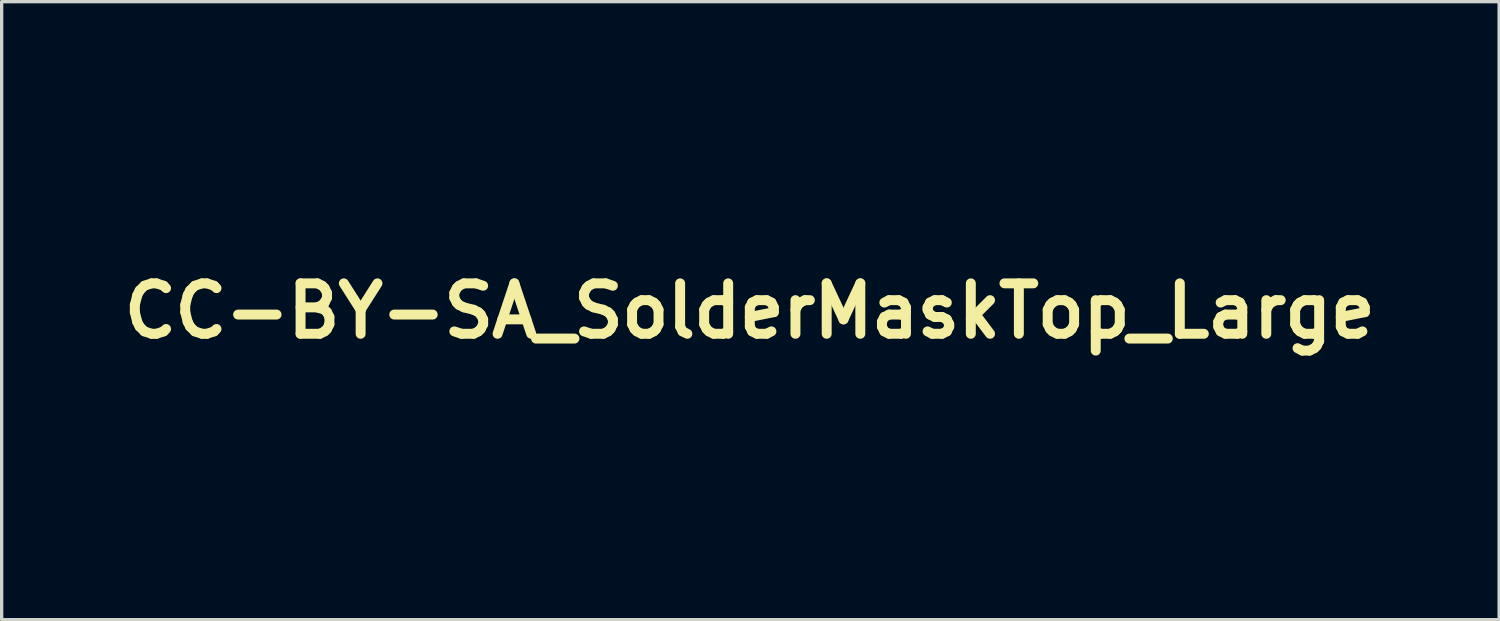
<source format=kicad_pcb>
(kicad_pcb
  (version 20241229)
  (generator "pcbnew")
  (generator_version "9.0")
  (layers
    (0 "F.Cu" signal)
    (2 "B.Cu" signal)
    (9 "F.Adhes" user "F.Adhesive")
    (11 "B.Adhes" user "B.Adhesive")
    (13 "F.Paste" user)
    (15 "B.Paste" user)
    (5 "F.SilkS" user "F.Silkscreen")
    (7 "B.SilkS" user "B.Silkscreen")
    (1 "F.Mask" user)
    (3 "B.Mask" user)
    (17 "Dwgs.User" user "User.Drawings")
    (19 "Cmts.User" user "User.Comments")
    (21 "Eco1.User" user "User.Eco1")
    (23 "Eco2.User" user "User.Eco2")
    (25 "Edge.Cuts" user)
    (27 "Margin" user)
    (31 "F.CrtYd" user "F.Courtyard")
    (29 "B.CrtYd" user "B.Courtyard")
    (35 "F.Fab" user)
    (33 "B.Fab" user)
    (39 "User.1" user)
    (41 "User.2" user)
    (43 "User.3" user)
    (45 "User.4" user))
  (footprint "CC-BY-SA_SolderMaskTop_Large"
    (layer "F.Cu")
    (at 19.601 6.344)
    (property "Reference" "CC-BY-SA_SolderMaskTop_Large" (at 0 0 0) (layer "F.SilkS") (effects (font (size 1.524 1.524) (thickness 0.3))))
    (attr through_hole)
    (fp_poly (pts (xy 1.453 -1.969) (xy 1.528 -1.92) (xy 1.596 -1.853) (xy 1.649 -1.776) (xy 1.652 -1.772) (xy 1.681 -1.718) (xy 1.684 -0.375) (xy 1.687 0.967) (xy 0.967 0.967) (xy 0.967 4.031) (xy -0.98 4.031) (xy -0.98 0.967) (xy -1.7 0.967) (xy -1.696 -0.375) (xy -1.693 -1.718) (xy -1.665 -1.775) (xy -1.617 -1.848) (xy -1.551 -1.913) (xy -1.477 -1.964) (xy -1.463 -1.971) (xy -1.395 -2.003) (xy 1.383 -2.003) (xy 1.453 -1.969)) (stroke (width 0.01) (type solid)) (fill yes) (layer "F.Mask"))
    (fp_poly (pts (xy 0.072 -4.11) (xy 0.205 -4.096) (xy 0.331 -4.069) (xy 0.445 -4.028) (xy 0.528 -3.983) (xy 0.607 -3.923) (xy 0.679 -3.85) (xy 0.738 -3.773) (xy 0.747 -3.758) (xy 0.792 -3.664) (xy 0.826 -3.552) (xy 0.851 -3.429) (xy 0.864 -3.3) (xy 0.864 -3.171) (xy 0.863 -3.156) (xy 0.844 -2.997) (xy 0.809 -2.856) (xy 0.757 -2.733) (xy 0.688 -2.628) (xy 0.602 -2.541) (xy 0.498 -2.47) (xy 0.376 -2.417) (xy 0.236 -2.381) (xy 0.17 -2.37) (xy 0.051 -2.36) (xy -0.074 -2.36) (xy -0.191 -2.37) (xy -0.192 -2.37) (xy -0.339 -2.4) (xy -0.467 -2.448) (xy -0.578 -2.513) (xy -0.672 -2.596) (xy -0.748 -2.696) (xy -0.807 -2.814) (xy -0.848 -2.95) (xy -0.867 -3.055) (xy -0.878 -3.187) (xy -0.875 -3.322) (xy -0.86 -3.454) (xy -0.833 -3.577) (xy -0.795 -3.688) (xy -0.754 -3.769) (xy -0.705 -3.835) (xy -0.641 -3.902) (xy -0.572 -3.961) (xy -0.54 -3.983) (xy -0.441 -4.035) (xy -0.325 -4.074) (xy -0.198 -4.099) (xy -0.064 -4.111) (xy 0.072 -4.11)) (stroke (width 0.01) (type solid)) (fill yes) (layer "F.Mask"))
    (fp_poly (pts (xy -14.893 -1.987) (xy -14.784 -1.981) (xy -14.687 -1.972) (xy -14.622 -1.962) (xy -14.417 -1.915) (xy -14.228 -1.851) (xy -14.054 -1.769) (xy -13.925 -1.692) (xy -13.795 -1.594) (xy -13.669 -1.477) (xy -13.553 -1.349) (xy -13.454 -1.215) (xy -13.415 -1.151) (xy -13.381 -1.093) (xy -13.583 -0.988) (xy -13.666 -0.945) (xy -13.762 -0.895) (xy -13.861 -0.843) (xy -13.954 -0.795) (xy -13.997 -0.772) (xy -14.209 -0.662) (xy -14.258 -0.749) (xy -14.31 -0.828) (xy -14.376 -0.907) (xy -14.451 -0.979) (xy -14.528 -1.038) (xy -14.579 -1.069) (xy -14.656 -1.106) (xy -14.72 -1.132) (xy -14.78 -1.148) (xy -14.844 -1.156) (xy -14.919 -1.158) (xy -14.945 -1.158) (xy -15.092 -1.146) (xy -15.224 -1.114) (xy -15.342 -1.062) (xy -15.446 -0.99) (xy -15.536 -0.898) (xy -15.61 -0.786) (xy -15.67 -0.654) (xy -15.715 -0.503) (xy -15.745 -0.332) (xy -15.75 -0.287) (xy -15.763 -0.083) (xy -15.757 0.109) (xy -15.735 0.29) (xy -15.695 0.456) (xy -15.639 0.608) (xy -15.567 0.742) (xy -15.501 0.833) (xy -15.44 0.893) (xy -15.361 0.951) (xy -15.273 1.001) (xy -15.187 1.037) (xy -15.143 1.052) (xy -15.104 1.061) (xy -15.064 1.067) (xy -15.016 1.07) (xy -14.952 1.071) (xy -14.92 1.072) (xy -14.817 1.069) (xy -14.731 1.061) (xy -14.656 1.045) (xy -14.586 1.021) (xy -14.524 0.993) (xy -14.414 0.923) (xy -14.315 0.833) (xy -14.23 0.724) (xy -14.173 0.626) (xy -14.154 0.588) (xy -14.139 0.56) (xy -14.132 0.548) (xy -14.121 0.552) (xy -14.09 0.566) (xy -14.044 0.588) (xy -13.985 0.617) (xy -13.917 0.651) (xy -13.842 0.688) (xy -13.764 0.728) (xy -13.686 0.767) (xy -13.61 0.805) (xy -13.541 0.841) (xy -13.482 0.872) (xy -13.434 0.896) (xy -13.402 0.914) (xy -13.39 0.921) (xy -13.382 0.929) (xy -13.381 0.941) (xy -13.387 0.959) (xy -13.404 0.988) (xy -13.432 1.032) (xy -13.455 1.067) (xy -13.553 1.205) (xy -13.653 1.325) (xy -13.76 1.431) (xy -13.88 1.53) (xy -13.961 1.588) (xy -14.092 1.669) (xy -14.239 1.742) (xy -14.395 1.804) (xy -14.55 1.853) (xy -14.666 1.879) (xy -14.729 1.888) (xy -14.811 1.895) (xy -14.904 1.901) (xy -15.002 1.904) (xy -15.098 1.905) (xy -15.185 1.904) (xy -15.256 1.9) (xy -15.275 1.898) (xy -15.492 1.862) (xy -15.696 1.806) (xy -15.888 1.729) (xy -16.065 1.634) (xy -16.227 1.52) (xy -16.374 1.388) (xy -16.503 1.24) (xy -16.615 1.075) (xy -16.708 0.895) (xy -16.772 0.731) (xy -16.828 0.53) (xy -16.865 0.316) (xy -16.885 0.095) (xy -16.886 -0.129) (xy -16.869 -0.351) (xy -16.834 -0.566) (xy -16.781 -0.769) (xy -16.773 -0.794) (xy -16.701 -0.977) (xy -16.613 -1.144) (xy -16.506 -1.301) (xy -16.378 -1.448) (xy -16.226 -1.59) (xy -16.062 -1.711) (xy -15.884 -1.811) (xy -15.693 -1.891) (xy -15.488 -1.95) (xy -15.398 -1.969) (xy -15.322 -1.979) (xy -15.227 -1.986) (xy -15.121 -1.99) (xy -15.007 -1.99) (xy -14.893 -1.987)) (stroke (width 0.01) (type solid)) (fill yes) (layer "F.Mask"))
    (fp_poly (pts (xy -11.197 -1.986) (xy -11.081 -1.977) (xy -10.979 -1.963) (xy -10.975 -1.962) (xy -10.764 -1.913) (xy -10.569 -1.846) (xy -10.39 -1.761) (xy -10.227 -1.656) (xy -10.078 -1.532) (xy -9.943 -1.388) (xy -9.826 -1.23) (xy -9.797 -1.185) (xy -9.773 -1.145) (xy -9.759 -1.117) (xy -9.756 -1.108) (xy -9.763 -1.098) (xy -9.787 -1.08) (xy -9.829 -1.055) (xy -9.888 -1.02) (xy -9.968 -0.976) (xy -10.067 -0.922) (xy -10.158 -0.874) (xy -10.561 -0.661) (xy -10.592 -0.718) (xy -10.671 -0.842) (xy -10.761 -0.945) (xy -10.866 -1.029) (xy -10.987 -1.096) (xy -11.088 -1.136) (xy -11.129 -1.148) (xy -11.175 -1.155) (xy -11.234 -1.158) (xy -11.299 -1.158) (xy -11.439 -1.149) (xy -11.563 -1.124) (xy -11.672 -1.081) (xy -11.77 -1.02) (xy -11.844 -0.955) (xy -11.923 -0.865) (xy -11.987 -0.763) (xy -12.038 -0.648) (xy -12.076 -0.519) (xy -12.102 -0.372) (xy -12.117 -0.207) (xy -12.12 -0.056) (xy -12.114 0.131) (xy -12.095 0.297) (xy -12.063 0.447) (xy -12.017 0.58) (xy -11.955 0.699) (xy -11.879 0.807) (xy -11.835 0.857) (xy -11.743 0.938) (xy -11.637 1) (xy -11.52 1.044) (xy -11.397 1.071) (xy -11.27 1.079) (xy -11.142 1.069) (xy -11.017 1.041) (xy -10.899 0.995) (xy -10.79 0.931) (xy -10.702 0.857) (xy -10.666 0.817) (xy -10.628 0.769) (xy -10.589 0.716) (xy -10.555 0.663) (xy -10.527 0.616) (xy -10.509 0.58) (xy -10.505 0.561) (xy -10.497 0.547) (xy -10.492 0.546) (xy -10.479 0.551) (xy -10.448 0.566) (xy -10.4 0.589) (xy -10.339 0.618) (xy -10.269 0.652) (xy -10.193 0.69) (xy -10.113 0.729) (xy -10.033 0.769) (xy -9.956 0.807) (xy -9.885 0.843) (xy -9.823 0.874) (xy -9.774 0.899) (xy -9.74 0.916) (xy -9.725 0.925) (xy -9.725 0.925) (xy -9.728 0.938) (xy -9.744 0.966) (xy -9.768 1.006) (xy -9.8 1.054) (xy -9.835 1.105) (xy -9.871 1.156) (xy -9.906 1.202) (xy -9.914 1.212) (xy -10.057 1.369) (xy -10.216 1.508) (xy -10.388 1.629) (xy -10.573 1.73) (xy -10.767 1.809) (xy -10.969 1.866) (xy -11.144 1.896) (xy -11.23 1.904) (xy -11.333 1.907) (xy -11.441 1.907) (xy -11.546 1.904) (xy -11.633 1.897) (xy -11.85 1.862) (xy -12.054 1.807) (xy -12.245 1.73) (xy -12.423 1.633) (xy -12.588 1.514) (xy -12.719 1.396) (xy -12.849 1.25) (xy -12.96 1.091) (xy -13.051 0.919) (xy -13.124 0.732) (xy -13.18 0.529) (xy -13.215 0.324) (xy -13.223 0.242) (xy -13.229 0.142) (xy -13.232 0.031) (xy -13.232 -0.084) (xy -13.23 -0.196) (xy -13.225 -0.299) (xy -13.217 -0.385) (xy -13.215 -0.399) (xy -13.175 -0.618) (xy -13.114 -0.824) (xy -13.033 -1.017) (xy -12.933 -1.195) (xy -12.813 -1.359) (xy -12.674 -1.507) (xy -12.545 -1.618) (xy -12.399 -1.721) (xy -12.253 -1.805) (xy -12.099 -1.872) (xy -11.934 -1.926) (xy -11.778 -1.962) (xy -11.684 -1.976) (xy -11.573 -1.986) (xy -11.45 -1.991) (xy -11.323 -1.991) (xy -11.197 -1.986)) (stroke (width 0.01) (type solid)) (fill yes) (layer "F.Mask"))
    (fp_poly (pts (xy 13.493 -3.306) (xy 13.784 -3.282) (xy 14.064 -3.237) (xy 14.331 -3.171) (xy 14.586 -3.084) (xy 14.829 -2.976) (xy 15.058 -2.847) (xy 15.275 -2.698) (xy 15.477 -2.528) (xy 15.666 -2.337) (xy 15.784 -2.199) (xy 15.951 -1.971) (xy 16.097 -1.731) (xy 16.223 -1.477) (xy 16.327 -1.212) (xy 16.41 -0.934) (xy 16.471 -0.644) (xy 16.511 -0.343) (xy 16.529 -0.031) (xy 16.528 0.223) (xy 16.509 0.529) (xy 16.469 0.821) (xy 16.408 1.099) (xy 16.327 1.366) (xy 16.225 1.62) (xy 16.101 1.863) (xy 15.981 2.059) (xy 15.812 2.293) (xy 15.629 2.507) (xy 15.432 2.699) (xy 15.223 2.871) (xy 15 3.022) (xy 14.763 3.152) (xy 14.514 3.261) (xy 14.251 3.349) (xy 13.975 3.416) (xy 13.742 3.454) (xy 13.671 3.462) (xy 13.583 3.468) (xy 13.482 3.473) (xy 13.375 3.477) (xy 13.267 3.479) (xy 13.164 3.48) (xy 13.07 3.478) (xy 12.993 3.475) (xy 12.954 3.472) (xy 12.685 3.434) (xy 12.43 3.376) (xy 12.187 3.296) (xy 11.955 3.195) (xy 11.733 3.072) (xy 11.664 3.029) (xy 11.456 2.878) (xy 11.266 2.712) (xy 11.096 2.531) (xy 10.946 2.335) (xy 10.816 2.123) (xy 10.704 1.897) (xy 10.612 1.654) (xy 10.54 1.396) (xy 10.499 1.197) (xy 10.489 1.144) (xy 10.481 1.097) (xy 10.475 1.065) (xy 10.473 1.057) (xy 10.467 1.029) (xy 12.055 1.029) (xy 12.055 1.086) (xy 12.059 1.143) (xy 12.071 1.215) (xy 12.087 1.296) (xy 12.108 1.379) (xy 12.131 1.455) (xy 12.144 1.489) (xy 12.209 1.626) (xy 12.295 1.75) (xy 12.4 1.86) (xy 12.523 1.953) (xy 12.664 2.031) (xy 12.785 2.079) (xy 12.869 2.106) (xy 12.948 2.127) (xy 13.026 2.142) (xy 13.109 2.153) (xy 13.203 2.159) (xy 13.312 2.163) (xy 13.413 2.163) (xy 13.524 2.163) (xy 13.615 2.159) (xy 13.691 2.153) (xy 13.757 2.143) (xy 13.819 2.127) (xy 13.88 2.106) (xy 13.947 2.078) (xy 14.002 2.052) (xy 14.149 1.967) (xy 14.286 1.862) (xy 14.413 1.735) (xy 14.527 1.59) (xy 14.628 1.427) (xy 14.716 1.248) (xy 14.789 1.053) (xy 14.847 0.846) (xy 14.85 0.83) (xy 14.892 0.603) (xy 14.918 0.362) (xy 14.93 0.114) (xy 14.927 -0.138) (xy 14.909 -0.386) (xy 14.877 -0.625) (xy 14.832 -0.843) (xy 14.771 -1.048) (xy 14.696 -1.234) (xy 14.606 -1.401) (xy 14.502 -1.548) (xy 14.384 -1.675) (xy 14.252 -1.782) (xy 14.107 -1.868) (xy 13.948 -1.934) (xy 13.859 -1.96) (xy 13.728 -1.985) (xy 13.581 -1.999) (xy 13.424 -2.001) (xy 13.265 -1.993) (xy 13.108 -1.973) (xy 12.96 -1.944) (xy 12.848 -1.912) (xy 12.687 -1.846) (xy 12.544 -1.764) (xy 12.419 -1.665) (xy 12.312 -1.549) (xy 12.223 -1.415) (xy 12.155 -1.274) (xy 12.131 -1.21) (xy 12.108 -1.139) (xy 12.087 -1.066) (xy 12.07 -0.998) (xy 12.059 -0.94) (xy 12.055 -0.901) (xy 12.055 -0.869) (xy 12.272 -0.865) (xy 12.489 -0.862) (xy 11.878 -0.251) (xy 11.267 0.36) (xy 10.654 -0.254) (xy 10.04 -0.868) (xy 10.514 -0.868) (xy 10.529 -0.964) (xy 10.538 -1.012) (xy 10.551 -1.076) (xy 10.568 -1.149) (xy 10.586 -1.224) (xy 10.592 -1.247) (xy 10.669 -1.506) (xy 10.765 -1.75) (xy 10.881 -1.98) (xy 11.014 -2.193) (xy 11.166 -2.39) (xy 11.335 -2.57) (xy 11.521 -2.733) (xy 11.724 -2.878) (xy 11.845 -2.951) (xy 12.052 -3.058) (xy 12.263 -3.145) (xy 12.48 -3.212) (xy 12.707 -3.262) (xy 12.947 -3.293) (xy 13.19 -3.308) (xy 13.493 -3.306)) (stroke (width 0.01) (type solid)) (fill yes) (layer "F.Mask"))
    (fp_poly (pts (xy 0.217 -6.338) (xy 0.378 -6.333) (xy 0.506 -6.325) (xy 0.909 -6.283) (xy 1.299 -6.219) (xy 1.679 -6.133) (xy 2.047 -6.025) (xy 2.405 -5.895) (xy 2.751 -5.742) (xy 3.087 -5.567) (xy 3.413 -5.37) (xy 3.729 -5.15) (xy 4.035 -4.908) (xy 4.142 -4.815) (xy 4.226 -4.739) (xy 4.321 -4.649) (xy 4.422 -4.549) (xy 4.526 -4.445) (xy 4.627 -4.34) (xy 4.721 -4.239) (xy 4.804 -4.146) (xy 4.861 -4.081) (xy 5.104 -3.772) (xy 5.324 -3.454) (xy 5.522 -3.128) (xy 5.696 -2.792) (xy 5.848 -2.447) (xy 5.978 -2.091) (xy 6.085 -1.726) (xy 6.17 -1.349) (xy 6.234 -0.96) (xy 6.275 -0.56) (xy 6.275 -0.558) (xy 6.28 -0.479) (xy 6.284 -0.381) (xy 6.286 -0.268) (xy 6.287 -0.145) (xy 6.288 -0.018) (xy 6.287 0.107) (xy 6.285 0.227) (xy 6.283 0.336) (xy 6.279 0.429) (xy 6.275 0.481) (xy 6.234 0.882) (xy 6.171 1.27) (xy 6.086 1.646) (xy 5.98 2.009) (xy 5.852 2.361) (xy 5.703 2.702) (xy 5.531 3.031) (xy 5.338 3.35) (xy 5.122 3.658) (xy 4.883 3.955) (xy 4.623 4.243) (xy 4.54 4.327) (xy 4.239 4.613) (xy 3.929 4.876) (xy 3.61 5.117) (xy 3.282 5.334) (xy 2.947 5.528) (xy 2.603 5.699) (xy 2.315 5.822) (xy 1.975 5.945) (xy 1.633 6.047) (xy 1.288 6.128) (xy 0.936 6.189) (xy 0.575 6.229) (xy 0.204 6.25) (xy -0.181 6.251) (xy -0.267 6.249) (xy -0.656 6.225) (xy -1.039 6.177) (xy -1.414 6.106) (xy -1.783 6.01) (xy -2.143 5.892) (xy -2.495 5.75) (xy -2.84 5.585) (xy -3.175 5.397) (xy -3.502 5.186) (xy -3.82 4.952) (xy -4.128 4.695) (xy -4.427 4.416) (xy -4.434 4.409) (xy -4.716 4.114) (xy -4.974 3.811) (xy -5.209 3.499) (xy -5.421 3.177) (xy -5.611 2.846) (xy -5.777 2.506) (xy -5.921 2.156) (xy -6.042 1.795) (xy -6.141 1.425) (xy -6.217 1.044) (xy -6.269 0.676) (xy -6.285 0.49) (xy -6.296 0.287) (xy -6.301 0.072) (xy -6.301 0.036) (xy -5.181 0.036) (xy -5.165 0.376) (xy -5.127 0.714) (xy -5.068 1.047) (xy -4.987 1.374) (xy -4.884 1.693) (xy -4.76 2.001) (xy -4.745 2.035) (xy -4.597 2.331) (xy -4.427 2.62) (xy -4.236 2.901) (xy -4.026 3.172) (xy -3.8 3.431) (xy -3.558 3.677) (xy -3.302 3.908) (xy -3.035 4.121) (xy -2.757 4.316) (xy -2.471 4.491) (xy -2.179 4.643) (xy -2.121 4.67) (xy -1.803 4.802) (xy -1.476 4.911) (xy -1.138 4.998) (xy -0.791 5.062) (xy -0.436 5.104) (xy -0.36 5.11) (xy -0.272 5.114) (xy -0.166 5.116) (xy -0.046 5.116) (xy 0.08 5.115) (xy 0.208 5.112) (xy 0.331 5.107) (xy 0.444 5.101) (xy 0.541 5.094) (xy 0.571 5.091) (xy 0.922 5.042) (xy 1.262 4.97) (xy 1.594 4.877) (xy 1.916 4.76) (xy 2.229 4.62) (xy 2.535 4.458) (xy 2.833 4.271) (xy 3.125 4.061) (xy 3.268 3.948) (xy 3.548 3.705) (xy 3.804 3.455) (xy 4.037 3.195) (xy 4.248 2.927) (xy 4.437 2.649) (xy 4.604 2.362) (xy 4.749 2.063) (xy 4.872 1.754) (xy 4.89 1.705) (xy 4.982 1.406) (xy 5.055 1.094) (xy 5.111 0.771) (xy 5.147 0.441) (xy 5.165 0.107) (xy 5.164 -0.229) (xy 5.144 -0.562) (xy 5.105 -0.889) (xy 5.047 -1.208) (xy 5.011 -1.365) (xy 4.915 -1.697) (xy 4.797 -2.018) (xy 4.658 -2.328) (xy 4.497 -2.628) (xy 4.313 -2.919) (xy 4.107 -3.2) (xy 3.877 -3.473) (xy 3.626 -3.736) (xy 3.372 -3.973) (xy 3.114 -4.186) (xy 2.85 -4.378) (xy 2.577 -4.55) (xy 2.292 -4.702) (xy 1.995 -4.837) (xy 1.817 -4.908) (xy 1.528 -5.004) (xy 1.225 -5.083) (xy 0.91 -5.144) (xy 0.586 -5.186) (xy 0.257 -5.21) (xy -0.074 -5.216) (xy -0.405 -5.202) (xy -0.733 -5.17) (xy -1.005 -5.127) (xy -1.345 -5.052) (xy -1.675 -4.954) (xy -1.996 -4.834) (xy -2.306 -4.691) (xy -2.606 -4.526) (xy -2.896 -4.337) (xy -2.955 -4.295) (xy -3.217 -4.092) (xy -3.47 -3.87) (xy -3.712 -3.63) (xy -3.94 -3.376) (xy -4.152 -3.109) (xy -4.348 -2.832) (xy -4.524 -2.548) (xy -4.679 -2.258) (xy -4.811 -1.966) (xy -4.817 -1.953) (xy -4.932 -1.638) (xy -5.026 -1.313) (xy -5.097 -0.982) (xy -5.147 -0.645) (xy -5.175 -0.305) (xy -5.181 0.036) (xy -6.301 0.036) (xy -6.3 -0.149) (xy -6.294 -0.37) (xy -6.283 -0.584) (xy -6.266 -0.786) (xy -6.244 -0.967) (xy -6.176 -1.355) (xy -6.086 -1.733) (xy -5.973 -2.101) (xy -5.838 -2.459) (xy -5.679 -2.808) (xy -5.498 -3.149) (xy -5.293 -3.48) (xy -5.065 -3.803) (xy -4.814 -4.118) (xy -4.772 -4.167) (xy -4.501 -4.464) (xy -4.218 -4.74) (xy -3.921 -4.995) (xy -3.613 -5.228) (xy -3.294 -5.441) (xy -2.964 -5.631) (xy -2.623 -5.8) (xy -2.273 -5.946) (xy -1.914 -6.07) (xy -1.546 -6.17) (xy -1.17 -6.248) (xy -0.806 -6.299) (xy -0.658 -6.313) (xy -0.494 -6.324) (xy -0.318 -6.333) (xy -0.136 -6.338) (xy 0.044 -6.339) (xy 0.217 -6.338)) (stroke (width 0.01) (type solid)) (fill yes) (layer "F.Mask"))
    (fp_poly (pts (xy -13.088 -6.335) (xy -12.973 -6.333) (xy -12.874 -6.329) (xy -12.822 -6.326) (xy -12.422 -6.286) (xy -12.033 -6.225) (xy -11.656 -6.141) (xy -11.289 -6.035) (xy -10.932 -5.906) (xy -10.585 -5.755) (xy -10.247 -5.581) (xy -9.918 -5.385) (xy -9.847 -5.339) (xy -9.674 -5.222) (xy -9.515 -5.106) (xy -9.363 -4.988) (xy -9.214 -4.863) (xy -9.064 -4.728) (xy -8.907 -4.579) (xy -8.824 -4.496) (xy -8.68 -4.35) (xy -8.553 -4.213) (xy -8.437 -4.082) (xy -8.33 -3.952) (xy -8.226 -3.818) (xy -8.144 -3.705) (xy -7.929 -3.382) (xy -7.736 -3.047) (xy -7.565 -2.701) (xy -7.416 -2.345) (xy -7.29 -1.978) (xy -7.186 -1.602) (xy -7.105 -1.216) (xy -7.047 -0.821) (xy -7.02 -0.543) (xy -7.015 -0.463) (xy -7.012 -0.364) (xy -7.009 -0.251) (xy -7.008 -0.129) (xy -7.007 -0.004) (xy -7.008 0.12) (xy -7.01 0.237) (xy -7.013 0.342) (xy -7.017 0.43) (xy -7.02 0.465) (xy -7.063 0.87) (xy -7.129 1.263) (xy -7.216 1.645) (xy -7.326 2.016) (xy -7.457 2.376) (xy -7.611 2.725) (xy -7.788 3.064) (xy -7.884 3.228) (xy -8.062 3.502) (xy -8.263 3.773) (xy -8.484 4.039) (xy -8.724 4.297) (xy -8.979 4.544) (xy -9.249 4.78) (xy -9.514 4.988) (xy -9.828 5.207) (xy -10.157 5.408) (xy -10.5 5.59) (xy -10.853 5.752) (xy -11.214 5.893) (xy -11.58 6.011) (xy -11.929 6.101) (xy -12.289 6.172) (xy -12.656 6.22) (xy -13.029 6.247) (xy -13.413 6.252) (xy -13.556 6.249) (xy -13.938 6.224) (xy -14.316 6.176) (xy -14.688 6.104) (xy -15.056 6.007) (xy -15.419 5.886) (xy -15.78 5.741) (xy -16.042 5.619) (xy -16.386 5.437) (xy -16.717 5.234) (xy -17.035 5.012) (xy -17.338 4.773) (xy -17.625 4.516) (xy -17.897 4.243) (xy -18.151 3.955) (xy -18.388 3.653) (xy -18.606 3.339) (xy -18.804 3.012) (xy -18.982 2.674) (xy -19.138 2.326) (xy -19.272 1.97) (xy -19.378 1.627) (xy -19.449 1.344) (xy -19.505 1.066) (xy -19.548 0.789) (xy -19.576 0.506) (xy -19.592 0.211) (xy -19.596 -0.05) (xy -19.592 -0.216) (xy -18.474 -0.216) (xy -18.474 0.134) (xy -18.449 0.485) (xy -18.435 0.602) (xy -18.379 0.941) (xy -18.299 1.277) (xy -18.195 1.607) (xy -18.069 1.93) (xy -17.92 2.245) (xy -17.751 2.551) (xy -17.56 2.845) (xy -17.35 3.128) (xy -17.12 3.396) (xy -17.076 3.443) (xy -16.837 3.684) (xy -16.593 3.904) (xy -16.342 4.102) (xy -16.08 4.283) (xy -15.805 4.449) (xy -15.513 4.601) (xy -15.511 4.601) (xy -15.189 4.744) (xy -14.864 4.863) (xy -14.535 4.958) (xy -14.201 5.03) (xy -13.859 5.078) (xy -13.508 5.104) (xy -13.326 5.108) (xy -13.238 5.108) (xy -13.143 5.106) (xy -13.051 5.103) (xy -12.969 5.099) (xy -12.936 5.097) (xy -12.579 5.058) (xy -12.227 4.995) (xy -11.882 4.909) (xy -11.544 4.8) (xy -11.216 4.669) (xy -10.896 4.517) (xy -10.587 4.343) (xy -10.29 4.149) (xy -10.006 3.936) (xy -9.735 3.703) (xy -9.479 3.451) (xy -9.239 3.181) (xy -9.037 2.923) (xy -8.862 2.665) (xy -8.703 2.391) (xy -8.562 2.102) (xy -8.44 1.801) (xy -8.337 1.49) (xy -8.255 1.172) (xy -8.248 1.141) (xy -8.196 0.856) (xy -8.158 0.558) (xy -8.136 0.252) (xy -8.129 -0.056) (xy -8.137 -0.36) (xy -8.161 -0.657) (xy -8.2 -0.94) (xy -8.205 -0.967) (xy -8.28 -1.32) (xy -8.378 -1.663) (xy -8.498 -1.995) (xy -8.64 -2.316) (xy -8.804 -2.626) (xy -8.989 -2.924) (xy -9.196 -3.21) (xy -9.424 -3.483) (xy -9.673 -3.744) (xy -9.943 -3.991) (xy -10.065 -4.092) (xy -10.349 -4.308) (xy -10.643 -4.501) (xy -10.945 -4.67) (xy -11.257 -4.817) (xy -11.578 -4.941) (xy -11.909 -5.042) (xy -12.249 -5.12) (xy -12.396 -5.146) (xy -12.721 -5.188) (xy -13.055 -5.211) (xy -13.394 -5.215) (xy -13.731 -5.2) (xy -14.061 -5.166) (xy -14.23 -5.14) (xy -14.573 -5.07) (xy -14.905 -4.978) (xy -15.227 -4.862) (xy -15.539 -4.725) (xy -15.84 -4.564) (xy -16.131 -4.382) (xy -16.412 -4.176) (xy -16.446 -4.15) (xy -16.658 -3.97) (xy -16.869 -3.771) (xy -17.073 -3.559) (xy -17.265 -3.339) (xy -17.415 -3.15) (xy -17.624 -2.854) (xy -17.811 -2.548) (xy -17.975 -2.233) (xy -18.117 -1.911) (xy -18.235 -1.582) (xy -18.33 -1.247) (xy -18.402 -0.907) (xy -18.45 -0.563) (xy -18.474 -0.216) (xy -19.592 -0.216) (xy -19.588 -0.385) (xy -19.565 -0.707) (xy -19.526 -1.018) (xy -19.47 -1.325) (xy -19.395 -1.634) (xy -19.302 -1.949) (xy -19.274 -2.034) (xy -19.147 -2.38) (xy -19.003 -2.713) (xy -18.84 -3.035) (xy -18.657 -3.348) (xy -18.452 -3.654) (xy -18.225 -3.957) (xy -18.073 -4.142) (xy -18.002 -4.223) (xy -17.916 -4.316) (xy -17.82 -4.417) (xy -17.716 -4.521) (xy -17.609 -4.626) (xy -17.503 -4.727) (xy -17.402 -4.82) (xy -17.311 -4.902) (xy -17.263 -4.943) (xy -16.959 -5.181) (xy -16.65 -5.396) (xy -16.334 -5.588) (xy -16.011 -5.757) (xy -15.679 -5.904) (xy -15.336 -6.03) (xy -14.982 -6.134) (xy -14.615 -6.218) (xy -14.235 -6.283) (xy -14.039 -6.307) (xy -13.96 -6.314) (xy -13.86 -6.321) (xy -13.744 -6.326) (xy -13.618 -6.33) (xy -13.484 -6.333) (xy -13.348 -6.335) (xy -13.215 -6.336) (xy -13.088 -6.335)) (stroke (width 0.01) (type solid)) (fill yes) (layer "F.Mask"))
    (fp_poly (pts (xy 13.542 -6.298) (xy 13.657 -6.296) (xy 13.756 -6.292) (xy 13.807 -6.289) (xy 14.209 -6.248) (xy 14.598 -6.186) (xy 14.977 -6.102) (xy 15.344 -5.996) (xy 15.7 -5.867) (xy 16.047 -5.716) (xy 16.383 -5.543) (xy 16.71 -5.347) (xy 17.027 -5.128) (xy 17.336 -4.887) (xy 17.345 -4.879) (xy 17.623 -4.634) (xy 17.889 -4.373) (xy 18.139 -4.1) (xy 18.371 -3.818) (xy 18.581 -3.53) (xy 18.624 -3.466) (xy 18.826 -3.143) (xy 19.005 -2.81) (xy 19.161 -2.469) (xy 19.295 -2.117) (xy 19.407 -1.755) (xy 19.497 -1.383) (xy 19.565 -0.999) (xy 19.612 -0.603) (xy 19.621 -0.486) (xy 19.626 -0.403) (xy 19.629 -0.301) (xy 19.631 -0.184) (xy 19.631 -0.056) (xy 19.63 0.077) (xy 19.628 0.212) (xy 19.625 0.343) (xy 19.621 0.468) (xy 19.616 0.58) (xy 19.61 0.677) (xy 19.603 0.75) (xy 19.547 1.149) (xy 19.471 1.535) (xy 19.373 1.907) (xy 19.255 2.267) (xy 19.115 2.615) (xy 18.953 2.951) (xy 18.77 3.275) (xy 18.565 3.589) (xy 18.338 3.892) (xy 18.088 4.186) (xy 17.848 4.437) (xy 17.548 4.72) (xy 17.239 4.98) (xy 16.921 5.217) (xy 16.593 5.431) (xy 16.255 5.622) (xy 15.908 5.791) (xy 15.55 5.937) (xy 15.182 6.061) (xy 14.803 6.162) (xy 14.415 6.24) (xy 14.027 6.295) (xy 13.952 6.302) (xy 13.857 6.308) (xy 13.746 6.312) (xy 13.623 6.316) (xy 13.492 6.319) (xy 13.357 6.32) (xy 13.223 6.321) (xy 13.094 6.32) (xy 12.974 6.318) (xy 12.868 6.315) (xy 12.779 6.311) (xy 12.731 6.307) (xy 12.343 6.259) (xy 11.968 6.191) (xy 11.606 6.102) (xy 11.253 5.992) (xy 10.91 5.861) (xy 10.574 5.707) (xy 10.257 5.537) (xy 9.94 5.342) (xy 9.63 5.126) (xy 9.33 4.891) (xy 9.043 4.637) (xy 8.769 4.368) (xy 8.511 4.086) (xy 8.27 3.791) (xy 8.049 3.487) (xy 7.849 3.175) (xy 7.743 2.991) (xy 7.582 2.676) (xy 7.442 2.359) (xy 7.322 2.035) (xy 7.222 1.703) (xy 7.139 1.359) (xy 7.075 1.001) (xy 7.043 0.771) (xy 7.034 0.681) (xy 7.026 0.571) (xy 7.02 0.446) (xy 7.015 0.31) (xy 7.011 0.169) (xy 7.01 0.083) (xy 8.136 0.083) (xy 8.137 0.208) (xy 8.14 0.324) (xy 8.145 0.423) (xy 8.148 0.465) (xy 8.19 0.818) (xy 8.253 1.16) (xy 8.339 1.492) (xy 8.447 1.813) (xy 8.577 2.125) (xy 8.73 2.428) (xy 8.907 2.723) (xy 9.106 3.009) (xy 9.329 3.287) (xy 9.575 3.559) (xy 9.649 3.634) (xy 9.806 3.787) (xy 9.955 3.924) (xy 10.103 4.05) (xy 10.255 4.169) (xy 10.275 4.184) (xy 10.567 4.389) (xy 10.868 4.571) (xy 11.177 4.729) (xy 11.495 4.864) (xy 11.821 4.975) (xy 12.155 5.064) (xy 12.498 5.129) (xy 12.85 5.17) (xy 13.21 5.189) (xy 13.579 5.184) (xy 13.798 5.171) (xy 14.143 5.131) (xy 14.484 5.067) (xy 14.819 4.979) (xy 15.147 4.868) (xy 15.467 4.734) (xy 15.779 4.577) (xy 16.081 4.397) (xy 16.166 4.341) (xy 16.34 4.22) (xy 16.503 4.097) (xy 16.66 3.969) (xy 16.816 3.831) (xy 16.977 3.678) (xy 17.091 3.564) (xy 17.278 3.366) (xy 17.444 3.173) (xy 17.594 2.981) (xy 17.73 2.786) (xy 17.854 2.583) (xy 17.97 2.369) (xy 18.032 2.242) (xy 18.137 2.006) (xy 18.228 1.769) (xy 18.305 1.528) (xy 18.37 1.277) (xy 18.424 1.012) (xy 18.467 0.729) (xy 18.476 0.664) (xy 18.483 0.588) (xy 18.489 0.492) (xy 18.494 0.38) (xy 18.497 0.256) (xy 18.499 0.125) (xy 18.499 -0.01) (xy 18.498 -0.144) (xy 18.496 -0.272) (xy 18.492 -0.392) (xy 18.487 -0.498) (xy 18.481 -0.586) (xy 18.476 -0.633) (xy 18.436 -0.9) (xy 18.389 -1.149) (xy 18.333 -1.385) (xy 18.267 -1.613) (xy 18.19 -1.839) (xy 18.156 -1.928) (xy 18.124 -2.006) (xy 18.082 -2.1) (xy 18.032 -2.204) (xy 17.978 -2.312) (xy 17.923 -2.42) (xy 17.869 -2.522) (xy 17.818 -2.611) (xy 17.776 -2.682) (xy 17.654 -2.867) (xy 17.529 -3.041) (xy 17.396 -3.21) (xy 17.251 -3.378) (xy 17.09 -3.551) (xy 17.041 -3.601) (xy 16.843 -3.796) (xy 16.652 -3.971) (xy 16.462 -4.129) (xy 16.271 -4.272) (xy 16.074 -4.404) (xy 15.869 -4.526) (xy 15.65 -4.642) (xy 15.608 -4.663) (xy 15.371 -4.774) (xy 15.138 -4.869) (xy 14.903 -4.95) (xy 14.661 -5.018) (xy 14.408 -5.074) (xy 14.139 -5.121) (xy 14.027 -5.137) (xy 13.972 -5.144) (xy 13.921 -5.15) (xy 13.87 -5.155) (xy 13.817 -5.159) (xy 13.758 -5.161) (xy 13.689 -5.163) (xy 13.607 -5.164) (xy 13.508 -5.165) (xy 13.39 -5.165) (xy 13.333 -5.165) (xy 13.205 -5.165) (xy 13.099 -5.165) (xy 13.01 -5.164) (xy 12.936 -5.162) (xy 12.873 -5.16) (xy 12.818 -5.157) (xy 12.766 -5.153) (xy 12.715 -5.147) (xy 12.662 -5.141) (xy 12.632 -5.137) (xy 12.279 -5.078) (xy 11.941 -5) (xy 11.617 -4.902) (xy 11.305 -4.782) (xy 11.004 -4.642) (xy 10.713 -4.48) (xy 10.432 -4.295) (xy 10.158 -4.088) (xy 9.892 -3.858) (xy 9.711 -3.683) (xy 9.45 -3.407) (xy 9.213 -3.123) (xy 9 -2.83) (xy 8.81 -2.53) (xy 8.643 -2.222) (xy 8.5 -1.906) (xy 8.38 -1.581) (xy 8.283 -1.249) (xy 8.21 -0.908) (xy 8.16 -0.559) (xy 8.154 -0.497) (xy 8.147 -0.407) (xy 8.142 -0.298) (xy 8.138 -0.176) (xy 8.136 -0.047) (xy 8.136 0.083) (xy 7.01 0.083) (xy 7.009 0.026) (xy 7.008 -0.112) (xy 7.01 -0.242) (xy 7.013 -0.359) (xy 7.018 -0.457) (xy 7.019 -0.471) (xy 7.06 -0.868) (xy 7.124 -1.254) (xy 7.21 -1.629) (xy 7.318 -1.994) (xy 7.449 -2.35) (xy 7.603 -2.697) (xy 7.78 -3.037) (xy 7.981 -3.368) (xy 8.118 -3.572) (xy 8.36 -3.896) (xy 8.62 -4.204) (xy 8.897 -4.496) (xy 9.189 -4.769) (xy 9.496 -5.023) (xy 9.816 -5.257) (xy 9.918 -5.325) (xy 10.236 -5.52) (xy 10.559 -5.692) (xy 10.89 -5.843) (xy 11.23 -5.972) (xy 11.581 -6.08) (xy 11.943 -6.167) (xy 12.319 -6.235) (xy 12.588 -6.27) (xy 12.668 -6.277) (xy 12.769 -6.284) (xy 12.885 -6.289) (xy 13.012 -6.293) (xy 13.146 -6.296) (xy 13.282 -6.298) (xy 13.415 -6.299) (xy 13.542 -6.298)) (stroke (width 0.01) (type solid)) (fill yes) (layer "F.Mask")))
  (gr_rect
    (start -3 -3)
    (end 42.237 15.67)
    (stroke (width 0.1) (type default))
    (fill no)
    (layer "Edge.Cuts")))
</source>
